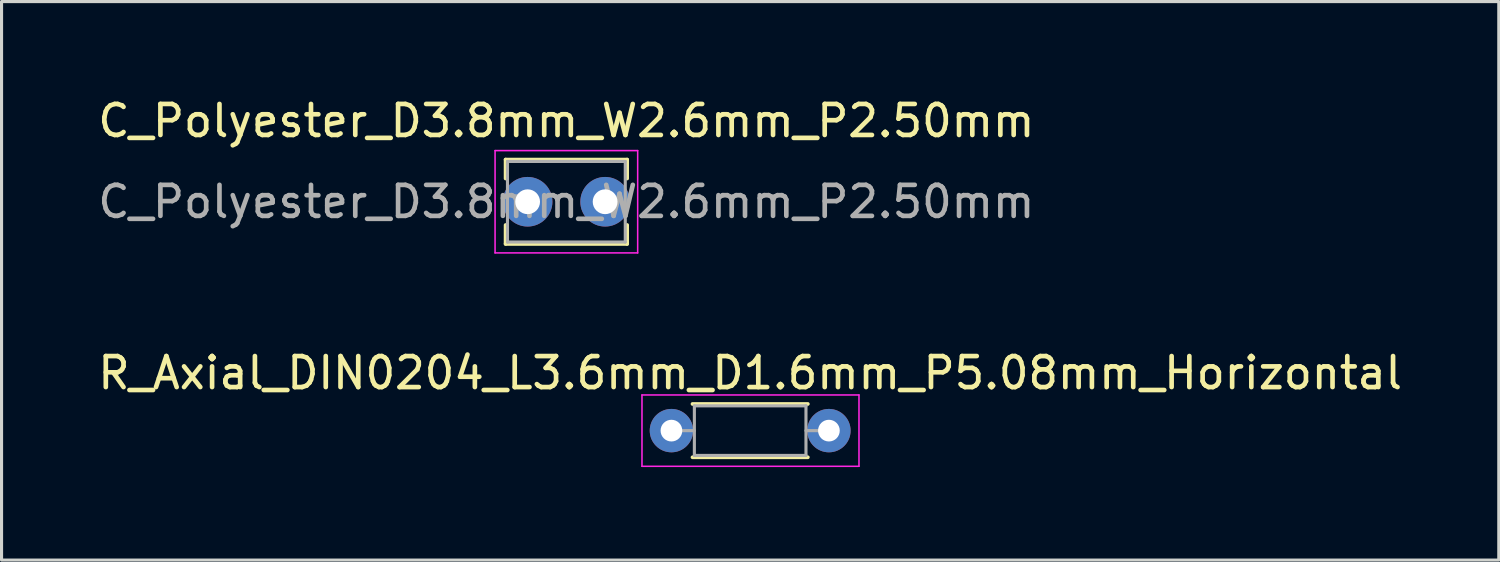
<source format=kicad_pcb>
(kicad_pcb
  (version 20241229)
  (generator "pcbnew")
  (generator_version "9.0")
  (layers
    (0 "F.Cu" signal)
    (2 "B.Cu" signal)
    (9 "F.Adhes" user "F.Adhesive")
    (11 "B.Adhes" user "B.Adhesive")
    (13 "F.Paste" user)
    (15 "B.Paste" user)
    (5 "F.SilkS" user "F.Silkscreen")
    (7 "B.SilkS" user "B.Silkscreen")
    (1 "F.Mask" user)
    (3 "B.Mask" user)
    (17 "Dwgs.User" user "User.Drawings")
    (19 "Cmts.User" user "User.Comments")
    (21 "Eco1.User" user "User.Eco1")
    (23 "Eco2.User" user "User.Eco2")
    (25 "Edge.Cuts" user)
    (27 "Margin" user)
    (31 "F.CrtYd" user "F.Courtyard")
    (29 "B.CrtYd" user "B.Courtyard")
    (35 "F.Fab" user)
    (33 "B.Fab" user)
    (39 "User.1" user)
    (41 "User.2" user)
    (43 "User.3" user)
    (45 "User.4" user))
  (footprint "R_Axial_DIN0204_L3.6mm_D1.6mm_P5.08mm_Horizontal"
    (layer "F.Cu")
    (at 18.609 10.841)
    (property "Reference" "R_Axial_DIN0204_L3.6mm_D1.6mm_P5.08mm_Horizontal" (at 2.54 -1.86 0) (layer "F.SilkS") (effects (font (size 1 1) (thickness 0.15))))
    (attr through_hole)
    (fp_line (start 0.68 -0.86) (end 4.4 -0.86) (stroke (width 0.12) (type solid)) (layer "F.SilkS"))
    (fp_line (start 0.68 0.86) (end 4.4 0.86) (stroke (width 0.12) (type solid)) (layer "F.SilkS"))
    (fp_line (start -0.95 -1.15) (end -0.95 1.15) (stroke (width 0.05) (type solid)) (layer "F.CrtYd"))
    (fp_line (start -0.95 1.15) (end 6.05 1.15) (stroke (width 0.05) (type solid)) (layer "F.CrtYd"))
    (fp_line (start 6.05 -1.15) (end -0.95 -1.15) (stroke (width 0.05) (type solid)) (layer "F.CrtYd"))
    (fp_line (start 6.05 1.15) (end 6.05 -1.15) (stroke (width 0.05) (type solid)) (layer "F.CrtYd"))
    (fp_line (start 0 0) (end 0.74 0) (stroke (width 0.1) (type solid)) (layer "F.Fab"))
    (fp_line (start 0.74 -0.8) (end 0.74 0.8) (stroke (width 0.1) (type solid)) (layer "F.Fab"))
    (fp_line (start 0.74 0.8) (end 4.34 0.8) (stroke (width 0.1) (type solid)) (layer "F.Fab"))
    (fp_line (start 4.34 -0.8) (end 0.74 -0.8) (stroke (width 0.1) (type solid)) (layer "F.Fab"))
    (fp_line (start 4.34 0.8) (end 4.34 -0.8) (stroke (width 0.1) (type solid)) (layer "F.Fab"))
    (fp_line (start 5.08 0) (end 4.34 0) (stroke (width 0.1) (type solid)) (layer "F.Fab"))
    (pad "1" thru_hole circle (at 0 0) (size 1.4 1.4) (drill 0.7) (layers "*.Cu" "*.Mask"))
    (pad "2" thru_hole oval (at 5.08 0) (size 1.4 1.4) (drill 0.7) (layers "*.Cu" "*.Mask")))
  (footprint "C_Polyester_D3.8mm_W2.6mm_P2.50mm"
    (layer "F.Cu")
    (at 13.97 3.458)
    (property "Reference" "C_Polyester_D3.8mm_W2.6mm_P2.50mm" (at 1.25 -2.61 0) (layer "F.SilkS") (effects (font (size 1 1) (thickness 0.15))))
    (attr through_hole)
    (fp_line (start -0.71 -1.36) (end -0.71 -0.75) (stroke (width 0.12) (type solid)) (layer "F.SilkS"))
    (fp_line (start -0.71 -1.36) (end 3.21 -1.36) (stroke (width 0.12) (type solid)) (layer "F.SilkS"))
    (fp_line (start -0.71 0.75) (end -0.71 1.36) (stroke (width 0.12) (type solid)) (layer "F.SilkS"))
    (fp_line (start -0.71 1.36) (end 3.21 1.36) (stroke (width 0.12) (type solid)) (layer "F.SilkS"))
    (fp_line (start 3.21 -1.36) (end 3.21 -0.75) (stroke (width 0.12) (type solid)) (layer "F.SilkS"))
    (fp_line (start 3.21 0.75) (end 3.21 1.36) (stroke (width 0.12) (type solid)) (layer "F.SilkS"))
    (fp_line (start -1.05 -1.65) (end -1.05 1.65) (stroke (width 0.05) (type solid)) (layer "F.CrtYd"))
    (fp_line (start -1.05 1.65) (end 3.55 1.65) (stroke (width 0.05) (type solid)) (layer "F.CrtYd"))
    (fp_line (start 3.55 -1.65) (end -1.05 -1.65) (stroke (width 0.05) (type solid)) (layer "F.CrtYd"))
    (fp_line (start 3.55 1.65) (end 3.55 -1.65) (stroke (width 0.05) (type solid)) (layer "F.CrtYd"))
    (fp_line (start -0.65 -1.3) (end -0.65 1.3) (stroke (width 0.1) (type solid)) (layer "F.Fab"))
    (fp_line (start -0.65 1.3) (end 3.15 1.3) (stroke (width 0.1) (type solid)) (layer "F.Fab"))
    (fp_line (start 3.15 -1.3) (end -0.65 -1.3) (stroke (width 0.1) (type solid)) (layer "F.Fab"))
    (fp_line (start 3.15 1.3) (end 3.15 -1.3) (stroke (width 0.1) (type solid)) (layer "F.Fab"))
    (fp_text user "${REFERENCE}" (at 1.25 0 0) (layer "F.Fab") (effects (font (size 1 1) (thickness 0.15))))
    (pad "1" thru_hole circle (at 0 0) (size 1.6 1.6) (drill 0.8) (layers "*.Cu" "*.Mask"))
    (pad "2" thru_hole circle (at 2.5 0) (size 1.6 1.6) (drill 0.8) (layers "*.Cu" "*.Mask")))
  (gr_rect
    (start -3 -3)
    (end 45.298 15.017)
    (stroke (width 0.1) (type default))
    (fill no)
    (layer "Edge.Cuts")))
</source>
